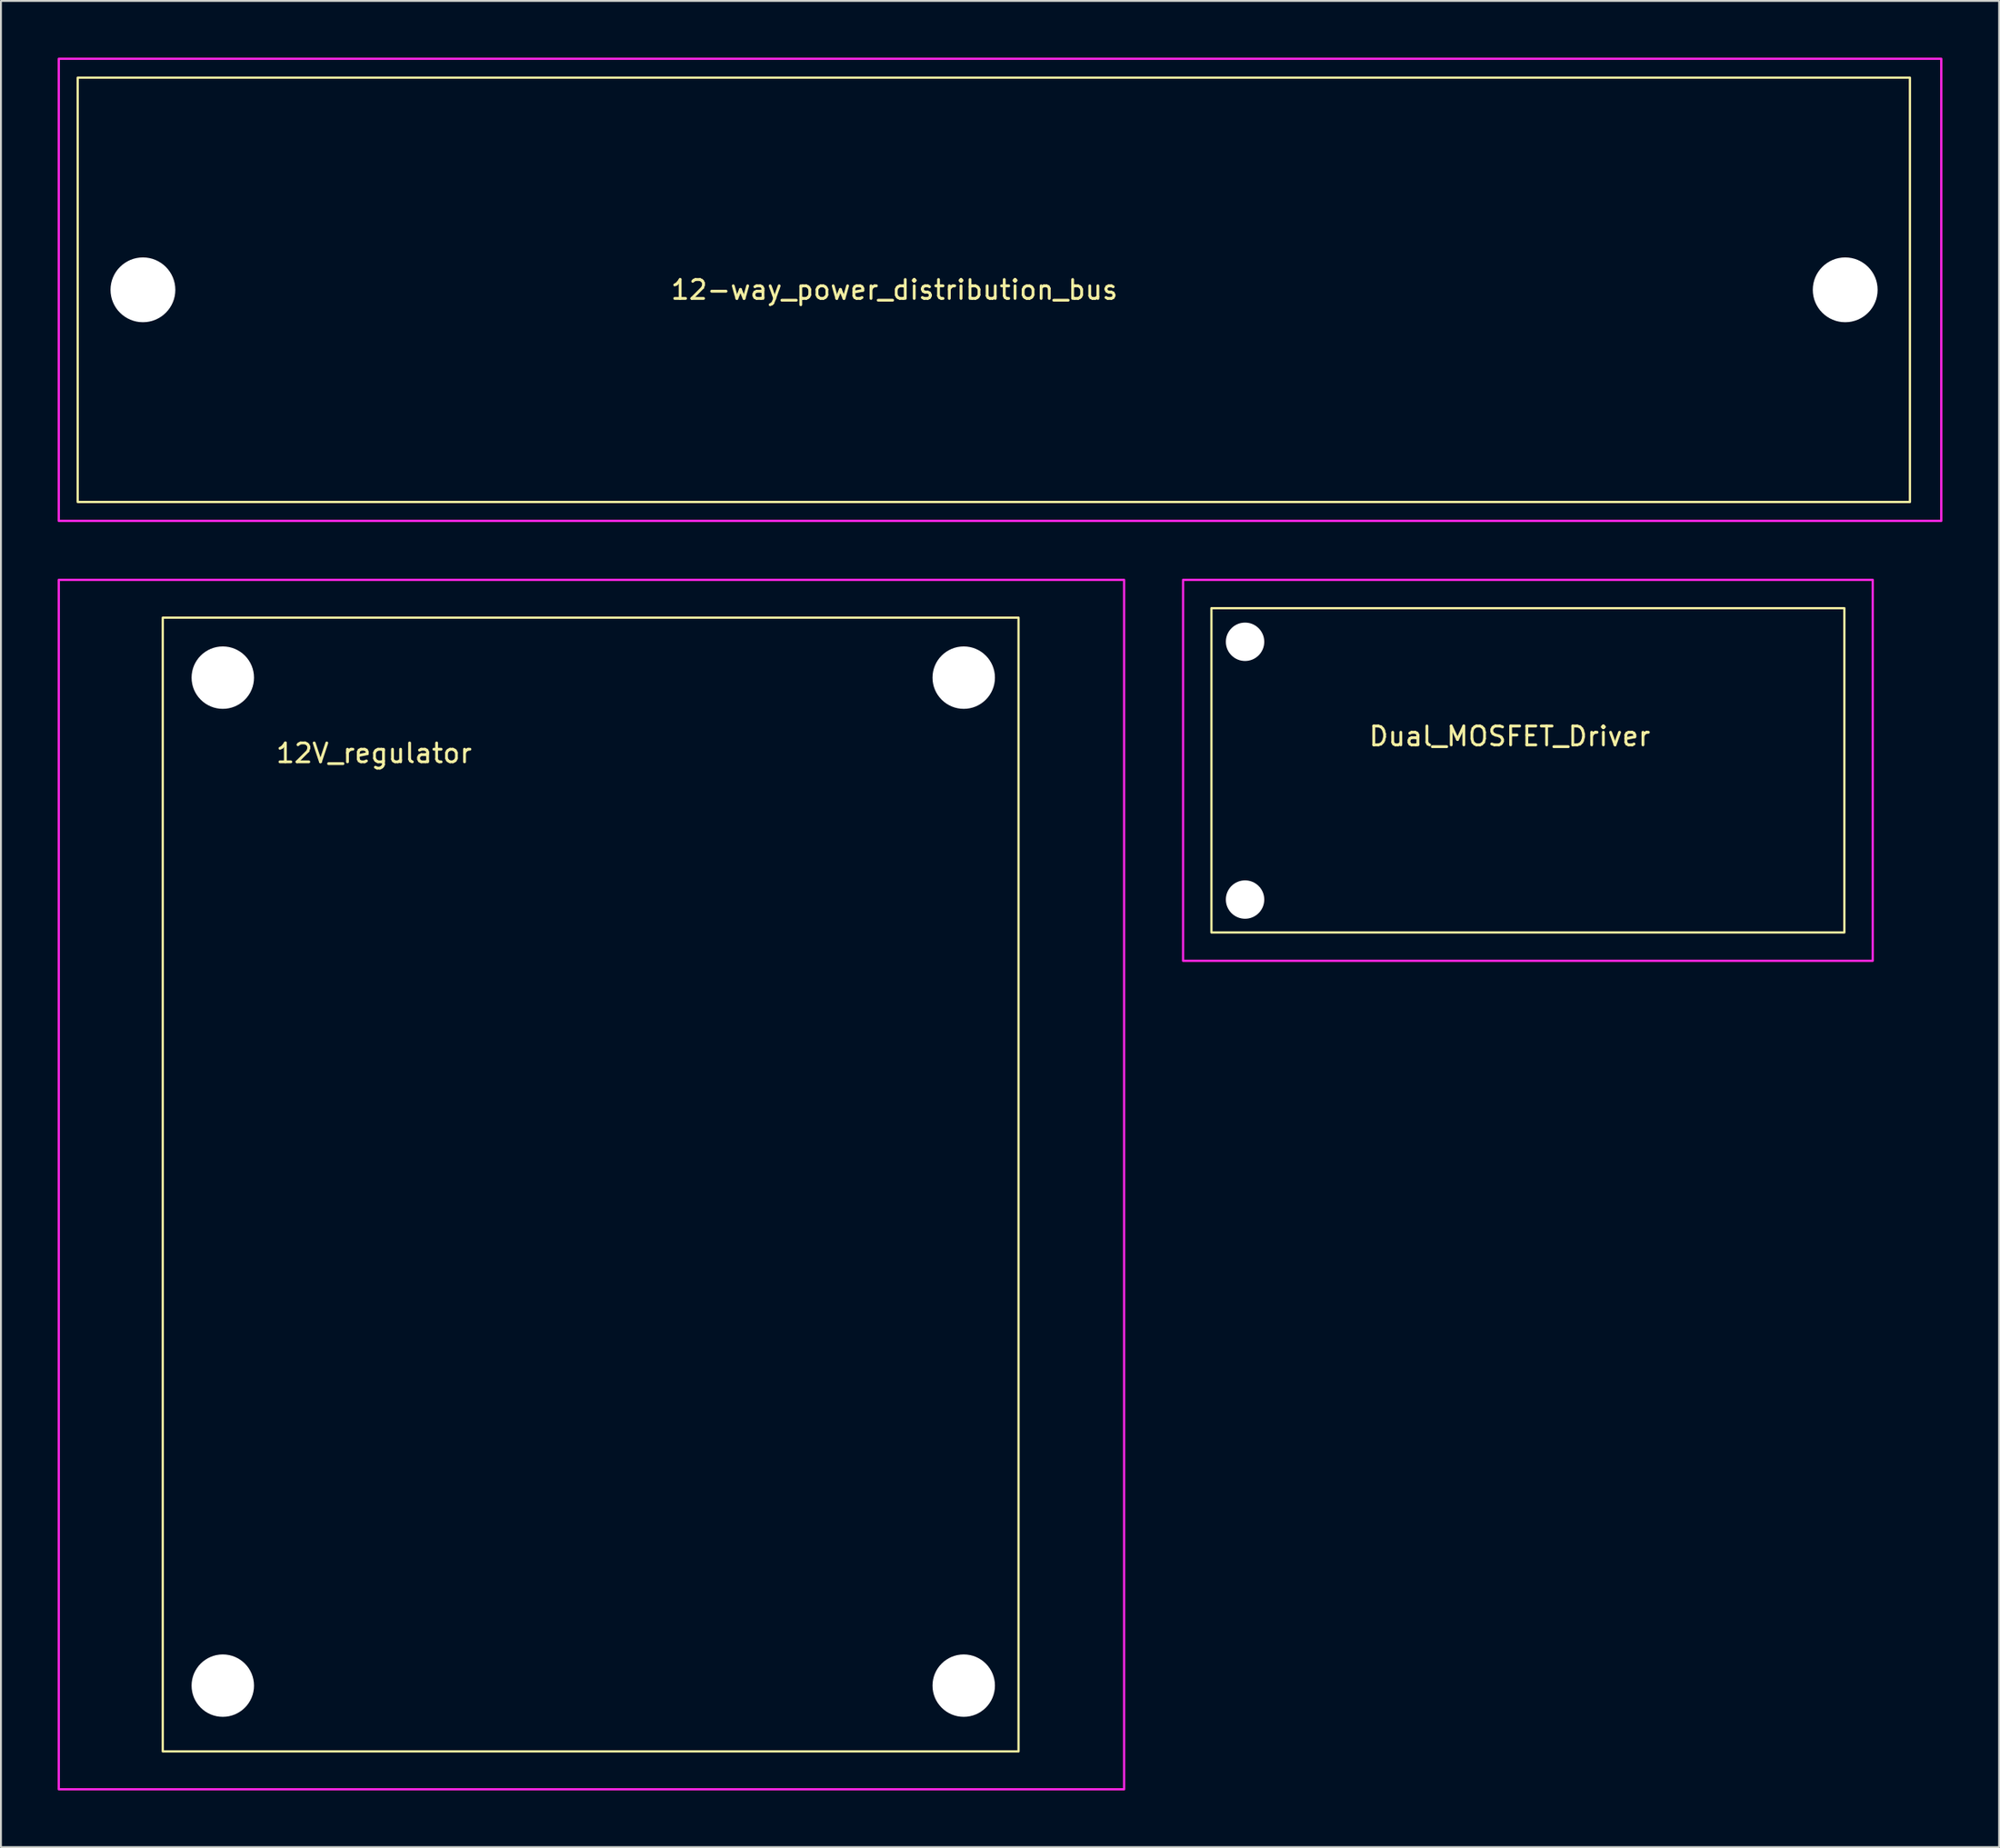
<source format=kicad_pcb>
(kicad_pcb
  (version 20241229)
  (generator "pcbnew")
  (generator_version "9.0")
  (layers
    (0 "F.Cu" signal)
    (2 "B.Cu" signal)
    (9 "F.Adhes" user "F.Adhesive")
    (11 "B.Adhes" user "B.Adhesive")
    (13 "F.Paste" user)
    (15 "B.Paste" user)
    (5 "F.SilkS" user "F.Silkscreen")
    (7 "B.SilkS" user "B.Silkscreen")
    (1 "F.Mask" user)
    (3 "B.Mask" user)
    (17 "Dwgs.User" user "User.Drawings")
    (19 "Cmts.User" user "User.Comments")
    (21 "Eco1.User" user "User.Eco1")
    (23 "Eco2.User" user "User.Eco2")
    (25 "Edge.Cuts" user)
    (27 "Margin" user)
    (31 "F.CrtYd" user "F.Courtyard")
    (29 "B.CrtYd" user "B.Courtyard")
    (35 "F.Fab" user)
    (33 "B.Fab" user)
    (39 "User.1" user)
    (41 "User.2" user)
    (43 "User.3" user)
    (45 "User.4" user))
  (footprint "Dual_MOSFET_Driver"
    (layer "F.Cu")
    (at 62.808 30.912)
    (property "Reference" "Dual_MOSFET_Driver" (at 14 5 0) (unlocked yes) (layer "F.SilkS") (effects (font (size 1 1) (thickness 0.15))))
    (attr through_hole)
    (fp_rect (start -1.778 -1.778) (end 31.7 15.38) (stroke (width 0.12) (type solid)) (fill no) (layer "F.SilkS"))
    (fp_rect (start -3.278 -3.278) (end 33.2 16.88) (stroke (width 0.12) (type solid)) (fill no) (layer "F.CrtYd"))
    (pad "" np_thru_hole circle (at 0 0) (size 2.032 2.032) (drill 2.032) (layers "*.Cu" "*.Mask" "Eco1.User"))
    (pad "" np_thru_hole circle (at 0 13.64) (size 2.032 2.032) (drill 2.032) (layers "*.Cu" "*.Mask" "Eco1.User")))
  (footprint "12V_regulator"
    (layer "F.Cu")
    (at 8.735 32.809)
    (property "Reference" "12V_regulator" (at 8 4 0) (unlocked yes) (layer "F.SilkS") (effects (font (size 1 1) (thickness 0.15))))
    (attr through_hole)
    (fp_rect (start -3.175 -3.175) (end 42.09 56.82) (stroke (width 0.12) (type solid)) (fill no) (layer "F.SilkS"))
    (fp_rect (start -8.675 -5.175) (end 47.675 58.825) (stroke (width 0.12) (type solid)) (fill no) (layer "F.CrtYd"))
    (pad "" np_thru_hole circle (at 0 0) (size 3.302 3.302) (drill 3.302) (layers "*.Cu" "*.Mask" "Eco1.User"))
    (pad "" np_thru_hole circle (at 0 53.34) (size 3.302 3.302) (drill 3.302) (layers "*.Cu" "*.Mask" "Eco1.User"))
    (pad "" np_thru_hole circle (at 39.192 0) (size 3.302 3.302) (drill 3.302) (layers "*.Cu" "*.Mask" "Eco1.User"))
    (pad "" np_thru_hole circle (at 39.192 53.34) (size 3.302 3.302) (drill 3.302) (layers "*.Cu" "*.Mask" "Eco1.User")))
  (footprint "12-way_power_distribution_bus"
    (layer "F.Cu")
    (at 4.51 12.287)
    (property "Reference" "12-way_power_distribution_bus" (at 39.75 0 0) (unlocked yes) (layer "F.SilkS") (effects (font (size 1 1) (thickness 0.15))))
    (attr through_hole)
    (fp_rect (start -3.45 -11.227) (end 93.467 11.227) (stroke (width 0.12) (type solid)) (fill no) (layer "F.SilkS"))
    (fp_rect (start -4.45 -12.227) (end 95.124 12.227) (stroke (width 0.12) (type solid)) (fill no) (layer "F.CrtYd"))
    (pad "" np_thru_hole circle (at 0 0) (size 3.429 3.429) (drill 3.429) (layers "*.Cu" "*.Mask" "Eco1.User"))
    (pad "" np_thru_hole circle (at 90.043 0) (size 3.429 3.429) (drill 3.429) (layers "*.Cu" "*.Mask" "Eco1.User")))
  (gr_rect
    (start -3 -3)
    (end 102.694 94.694)
    (stroke (width 0.1) (type default))
    (fill no)
    (layer "Edge.Cuts")))
</source>
